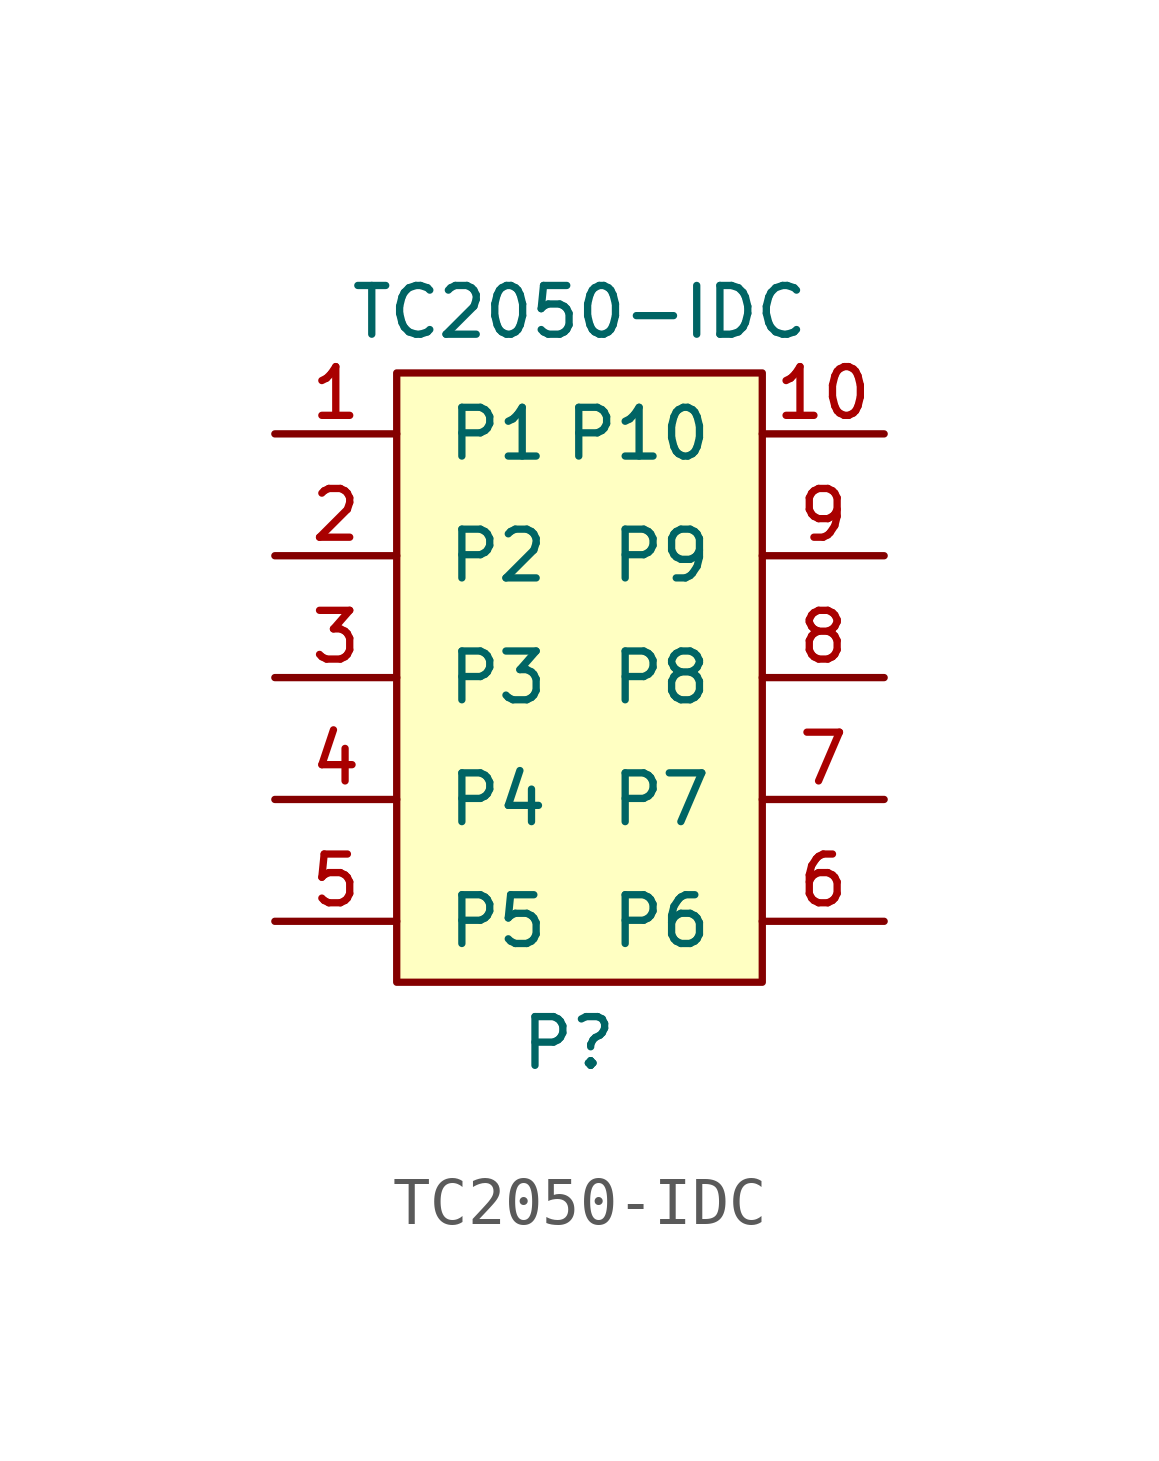
<source format=kicad_sym>
(kicad_symbol_lib
  (version 20241209)
  (generator "kicad_symbol_editor")
  (generator_version "9.0")
  (symbol "TC2050-IDC"
    (pin_names
      (offset 1.016))
    (property "Reference" "P"
      (at -1.27 -7.62 0)
      (effects (font (size 1.016 1.016)) (justify left)))
    (property "Value" "TC2050-IDC"
      (at 0 7.62 0)
      (effects (font (size 1.016 1.016))))
    (symbol "TC2050-IDC_1_1"
      (rectangle (start -3.81 6.35) (end 3.81 -6.35) (stroke (width 0) (type solid)) (fill (type background)))
      (pin passive line (at -6.35 5.08 0) (length 2.54) (name "P1" (effects (font (size 1.016 1.016)))) (number "1" (effects (font (size 1.016 1.016)))))
      (pin passive line (at -6.35 2.54 0) (length 2.54) (name "P2" (effects (font (size 1.016 1.016)))) (number "2" (effects (font (size 1.016 1.016)))))
      (pin passive line (at -6.35 0 0) (length 2.54) (name "P3" (effects (font (size 1.016 1.016)))) (number "3" (effects (font (size 1.016 1.016)))))
      (pin passive line (at -6.35 -2.54 0) (length 2.54) (name "P4" (effects (font (size 1.016 1.016)))) (number "4" (effects (font (size 1.016 1.016)))))
      (pin passive line (at -6.35 -5.08 0) (length 2.54) (name "P5" (effects (font (size 1.016 1.016)))) (number "5" (effects (font (size 1.016 1.016)))))
      (pin passive line (at 6.35 5.08 180) (length 2.54) (name "P10" (effects (font (size 1.016 1.016)))) (number "10" (effects (font (size 1.016 1.016)))))
      (pin passive line (at 6.35 2.54 180) (length 2.54) (name "P9" (effects (font (size 1.016 1.016)))) (number "9" (effects (font (size 1.016 1.016)))))
      (pin passive line (at 6.35 0 180) (length 2.54) (name "P8" (effects (font (size 1.016 1.016)))) (number "8" (effects (font (size 1.016 1.016)))))
      (pin passive line (at 6.35 -2.54 180) (length 2.54) (name "P7" (effects (font (size 1.016 1.016)))) (number "7" (effects (font (size 1.016 1.016)))))
      (pin passive line (at 6.35 -5.08 180) (length 2.54) (name "P6" (effects (font (size 1.016 1.016)))) (number "6" (effects (font (size 1.016 1.016))))))))
</source>
